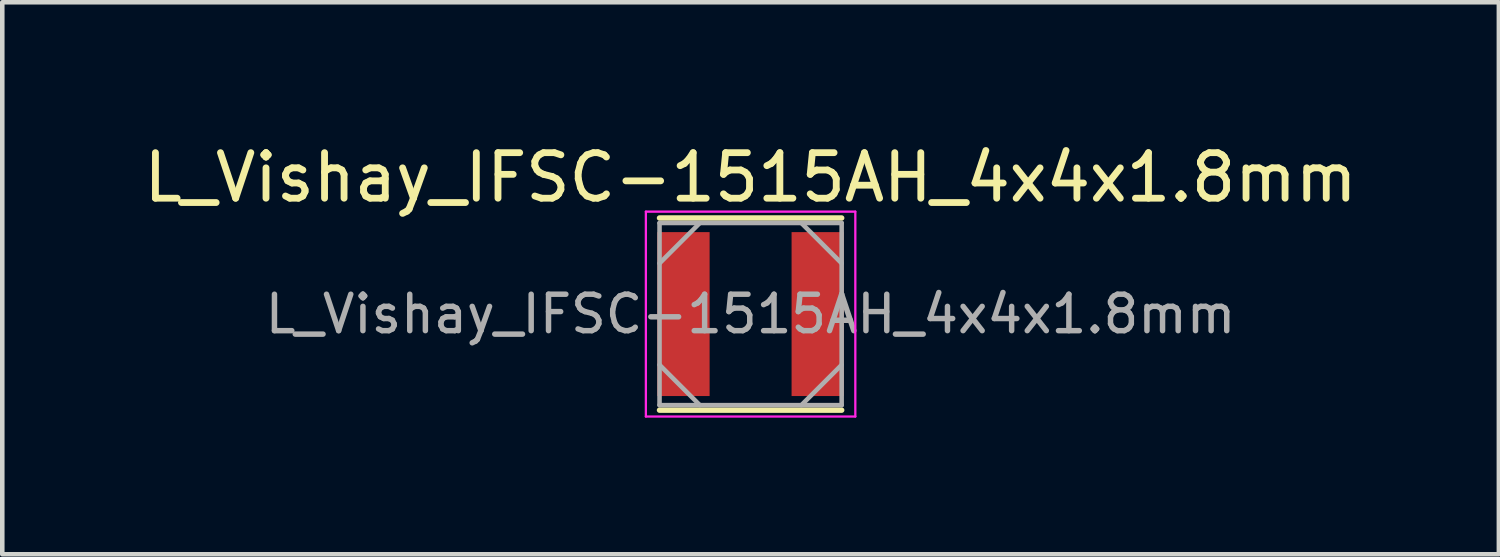
<source format=kicad_pcb>
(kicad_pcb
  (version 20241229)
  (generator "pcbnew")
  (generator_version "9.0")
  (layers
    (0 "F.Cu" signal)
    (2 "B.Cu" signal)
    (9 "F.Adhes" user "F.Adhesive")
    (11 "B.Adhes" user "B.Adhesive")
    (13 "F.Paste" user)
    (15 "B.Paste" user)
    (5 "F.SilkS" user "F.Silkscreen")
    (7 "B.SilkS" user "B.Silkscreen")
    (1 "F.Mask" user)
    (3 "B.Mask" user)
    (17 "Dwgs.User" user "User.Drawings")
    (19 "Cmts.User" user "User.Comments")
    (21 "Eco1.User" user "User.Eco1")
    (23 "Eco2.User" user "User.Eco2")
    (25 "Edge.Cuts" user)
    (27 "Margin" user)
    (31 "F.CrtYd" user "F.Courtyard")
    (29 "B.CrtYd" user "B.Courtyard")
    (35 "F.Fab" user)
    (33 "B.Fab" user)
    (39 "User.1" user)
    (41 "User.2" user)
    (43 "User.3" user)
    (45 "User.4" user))
  (footprint "L_Vishay_IFSC-1515AH_4x4x1.8mm"
    (layer "F.Cu")
    (at 13.435 3.848)
    (property "Reference" "L_Vishay_IFSC-1515AH_4x4x1.8mm" (at 0 -3 0) (layer "F.SilkS") (effects (font (size 1 1) (thickness 0.15))))
    (attr smd)
    (fp_line (start -2 -2.11) (end 2 -2.11) (stroke (width 0.12) (type solid)) (layer "F.SilkS"))
    (fp_line (start 2 2.11) (end -2 2.11) (stroke (width 0.12) (type solid)) (layer "F.SilkS"))
    (fp_line (start -2.3 -2.25) (end 2.3 -2.25) (stroke (width 0.05) (type solid)) (layer "F.CrtYd"))
    (fp_line (start -2.3 2.25) (end -2.3 -2.25) (stroke (width 0.05) (type solid)) (layer "F.CrtYd"))
    (fp_line (start 2.3 -2.25) (end 2.3 2.25) (stroke (width 0.05) (type solid)) (layer "F.CrtYd"))
    (fp_line (start 2.3 2.25) (end -2.3 2.25) (stroke (width 0.05) (type solid)) (layer "F.CrtYd"))
    (fp_line (start -2 -2) (end 2 -2) (stroke (width 0.1) (type solid)) (layer "F.Fab"))
    (fp_line (start -2 -1.115) (end -1.115 -2) (stroke (width 0.1) (type solid)) (layer "F.Fab"))
    (fp_line (start -2 2) (end -2 -2) (stroke (width 0.1) (type solid)) (layer "F.Fab"))
    (fp_line (start -1.115 2) (end -2 1.115) (stroke (width 0.1) (type solid)) (layer "F.Fab"))
    (fp_line (start 1.115 -2) (end 2 -1.115) (stroke (width 0.1) (type solid)) (layer "F.Fab"))
    (fp_line (start 2 -2) (end 2 2) (stroke (width 0.1) (type solid)) (layer "F.Fab"))
    (fp_line (start 2 1.115) (end 1.115 2) (stroke (width 0.1) (type solid)) (layer "F.Fab"))
    (fp_line (start 2 2) (end -2 2) (stroke (width 0.1) (type solid)) (layer "F.Fab"))
    (fp_text user "${REFERENCE}" (at 0 0 0) (layer "F.Fab") (effects (font (size 0.8 0.8) (thickness 0.12))))
    (pad "1" smd rect (at -1.475 0) (size 1.15 3.6) (layers "F.Cu" "F.Mask" "F.Paste"))
    (pad "2" smd rect (at 1.475 0) (size 1.15 3.6) (layers "F.Cu" "F.Mask" "F.Paste")))
  (gr_rect
    (start -3 -3)
    (end 29.869 9.123)
    (stroke (width 0.1) (type default))
    (fill no)
    (layer "Edge.Cuts")))
</source>
